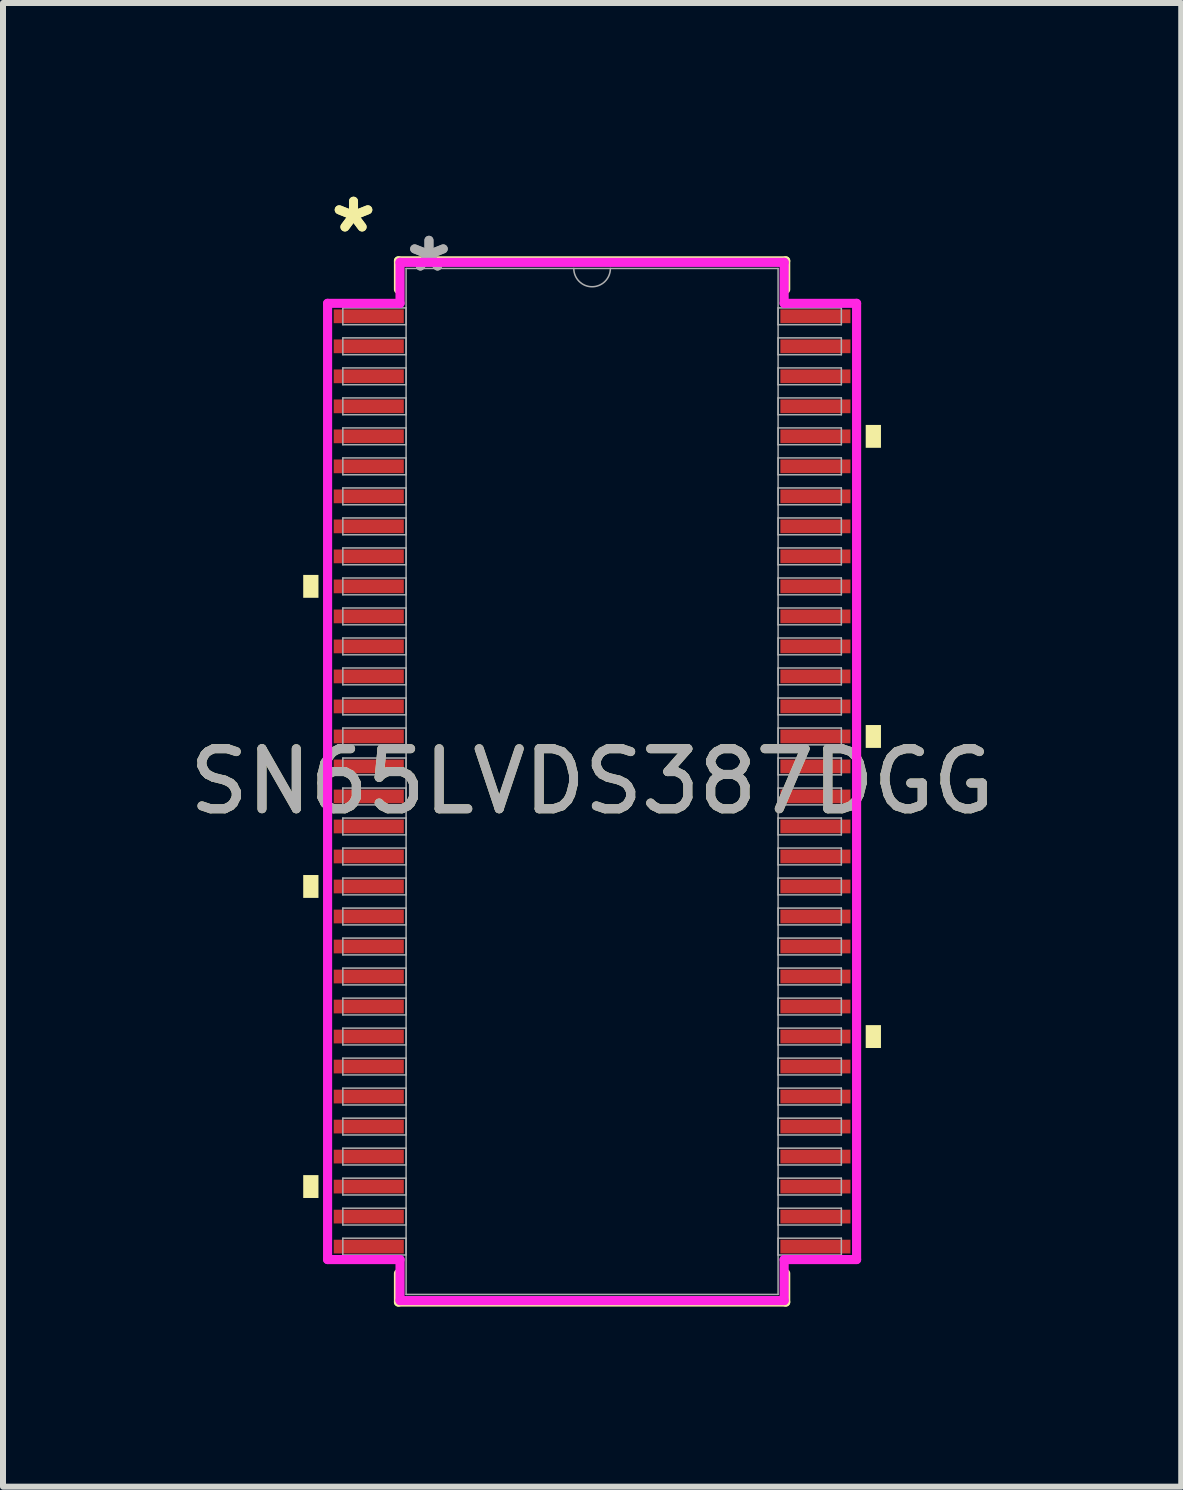
<source format=kicad_pcb>
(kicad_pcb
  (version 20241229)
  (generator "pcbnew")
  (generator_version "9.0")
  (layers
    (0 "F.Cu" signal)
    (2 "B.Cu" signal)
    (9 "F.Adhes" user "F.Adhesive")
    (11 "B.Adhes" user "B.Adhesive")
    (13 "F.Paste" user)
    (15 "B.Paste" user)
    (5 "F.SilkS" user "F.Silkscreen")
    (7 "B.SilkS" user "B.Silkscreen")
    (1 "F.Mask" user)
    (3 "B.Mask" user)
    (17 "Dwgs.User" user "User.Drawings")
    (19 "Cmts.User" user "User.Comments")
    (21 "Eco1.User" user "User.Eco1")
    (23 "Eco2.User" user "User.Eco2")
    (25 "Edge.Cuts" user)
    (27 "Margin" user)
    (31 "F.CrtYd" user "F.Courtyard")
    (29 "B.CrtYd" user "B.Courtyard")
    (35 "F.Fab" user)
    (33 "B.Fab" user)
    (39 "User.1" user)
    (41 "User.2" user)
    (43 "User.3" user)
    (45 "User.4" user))
  (footprint "SN65LVDS387DGG"
    (layer "F.Cu")
    (at 6.815 9.97)
    (property "Reference" "SN65LVDS387DGG" (at 0 0 0) (unlocked yes) (layer "F.SilkS") (effects (font (size 1 1) (thickness 0.15))))
    (attr smd)
    (fp_line (start -3.226 -8.674) (end -3.226 -8.197) (stroke (width 0.152) (type solid)) (layer "F.SilkS"))
    (fp_line (start -3.226 8.197) (end -3.226 8.674) (stroke (width 0.152) (type solid)) (layer "F.SilkS"))
    (fp_line (start -3.226 8.674) (end 3.226 8.674) (stroke (width 0.152) (type solid)) (layer "F.SilkS"))
    (fp_line (start 3.226 -8.674) (end -3.226 -8.674) (stroke (width 0.152) (type solid)) (layer "F.SilkS"))
    (fp_line (start 3.226 -8.197) (end 3.226 -8.674) (stroke (width 0.152) (type solid)) (layer "F.SilkS"))
    (fp_line (start 3.226 8.674) (end 3.226 8.197) (stroke (width 0.152) (type solid)) (layer "F.SilkS"))
    (fp_poly (pts (xy -4.813 -3.441) (xy -4.813 -3.06) (xy -4.559 -3.06) (xy -4.559 -3.441)) (stroke (width 0) (type solid)) (fill yes) (layer "F.SilkS"))
    (fp_poly (pts (xy -4.813 1.559) (xy -4.813 1.94) (xy -4.559 1.94) (xy -4.559 1.559)) (stroke (width 0) (type solid)) (fill yes) (layer "F.SilkS"))
    (fp_poly (pts (xy -4.813 6.559) (xy -4.813 6.94) (xy -4.559 6.94) (xy -4.559 6.559)) (stroke (width 0) (type solid)) (fill yes) (layer "F.SilkS"))
    (fp_poly (pts (xy 4.813 -5.94) (xy 4.813 -5.559) (xy 4.559 -5.559) (xy 4.559 -5.94)) (stroke (width 0) (type solid)) (fill yes) (layer "F.SilkS"))
    (fp_poly (pts (xy 4.813 -0.94) (xy 4.813 -0.559) (xy 4.559 -0.559) (xy 4.559 -0.94)) (stroke (width 0) (type solid)) (fill yes) (layer "F.SilkS"))
    (fp_poly (pts (xy 4.813 4.06) (xy 4.813 4.441) (xy 4.559 4.441) (xy 4.559 4.06)) (stroke (width 0) (type solid)) (fill yes) (layer "F.SilkS"))
    (fp_line (start -4.407 -7.966) (end -3.2 -7.966) (stroke (width 0.152) (type solid)) (layer "F.CrtYd"))
    (fp_line (start -4.407 7.966) (end -4.407 -7.966) (stroke (width 0.152) (type solid)) (layer "F.CrtYd"))
    (fp_line (start -4.407 7.966) (end -3.2 7.966) (stroke (width 0.152) (type solid)) (layer "F.CrtYd"))
    (fp_line (start -3.2 -8.649) (end 3.2 -8.649) (stroke (width 0.152) (type solid)) (layer "F.CrtYd"))
    (fp_line (start -3.2 -7.966) (end -3.2 -8.649) (stroke (width 0.152) (type solid)) (layer "F.CrtYd"))
    (fp_line (start -3.2 8.649) (end -3.2 7.966) (stroke (width 0.152) (type solid)) (layer "F.CrtYd"))
    (fp_line (start 3.2 -8.649) (end 3.2 -7.966) (stroke (width 0.152) (type solid)) (layer "F.CrtYd"))
    (fp_line (start 3.2 7.966) (end 3.2 8.649) (stroke (width 0.152) (type solid)) (layer "F.CrtYd"))
    (fp_line (start 3.2 8.649) (end -3.2 8.649) (stroke (width 0.152) (type solid)) (layer "F.CrtYd"))
    (fp_line (start 4.407 -7.966) (end 3.2 -7.966) (stroke (width 0.152) (type solid)) (layer "F.CrtYd"))
    (fp_line (start 4.407 -7.966) (end 4.407 7.966) (stroke (width 0.152) (type solid)) (layer "F.CrtYd"))
    (fp_line (start 4.407 7.966) (end 3.2 7.966) (stroke (width 0.152) (type solid)) (layer "F.CrtYd"))
    (fp_line (start -4.153 -7.89) (end -4.153 -7.61) (stroke (width 0.025) (type solid)) (layer "F.Fab"))
    (fp_line (start -4.153 -7.61) (end -3.099 -7.61) (stroke (width 0.025) (type solid)) (layer "F.Fab"))
    (fp_line (start -4.153 -7.39) (end -4.153 -7.11) (stroke (width 0.025) (type solid)) (layer "F.Fab"))
    (fp_line (start -4.153 -7.11) (end -3.099 -7.11) (stroke (width 0.025) (type solid)) (layer "F.Fab"))
    (fp_line (start -4.153 -6.89) (end -4.153 -6.61) (stroke (width 0.025) (type solid)) (layer "F.Fab"))
    (fp_line (start -4.153 -6.61) (end -3.099 -6.61) (stroke (width 0.025) (type solid)) (layer "F.Fab"))
    (fp_line (start -4.153 -6.39) (end -4.153 -6.11) (stroke (width 0.025) (type solid)) (layer "F.Fab"))
    (fp_line (start -4.153 -6.11) (end -3.099 -6.11) (stroke (width 0.025) (type solid)) (layer "F.Fab"))
    (fp_line (start -4.153 -5.89) (end -4.153 -5.61) (stroke (width 0.025) (type solid)) (layer "F.Fab"))
    (fp_line (start -4.153 -5.61) (end -3.099 -5.61) (stroke (width 0.025) (type solid)) (layer "F.Fab"))
    (fp_line (start -4.153 -5.39) (end -4.153 -5.11) (stroke (width 0.025) (type solid)) (layer "F.Fab"))
    (fp_line (start -4.153 -5.11) (end -3.099 -5.11) (stroke (width 0.025) (type solid)) (layer "F.Fab"))
    (fp_line (start -4.153 -4.89) (end -4.153 -4.61) (stroke (width 0.025) (type solid)) (layer "F.Fab"))
    (fp_line (start -4.153 -4.61) (end -3.099 -4.61) (stroke (width 0.025) (type solid)) (layer "F.Fab"))
    (fp_line (start -4.153 -4.39) (end -4.153 -4.11) (stroke (width 0.025) (type solid)) (layer "F.Fab"))
    (fp_line (start -4.153 -4.11) (end -3.099 -4.11) (stroke (width 0.025) (type solid)) (layer "F.Fab"))
    (fp_line (start -4.153 -3.89) (end -4.153 -3.61) (stroke (width 0.025) (type solid)) (layer "F.Fab"))
    (fp_line (start -4.153 -3.61) (end -3.099 -3.61) (stroke (width 0.025) (type solid)) (layer "F.Fab"))
    (fp_line (start -4.153 -3.39) (end -4.153 -3.11) (stroke (width 0.025) (type solid)) (layer "F.Fab"))
    (fp_line (start -4.153 -3.11) (end -3.099 -3.11) (stroke (width 0.025) (type solid)) (layer "F.Fab"))
    (fp_line (start -4.153 -2.89) (end -4.153 -2.61) (stroke (width 0.025) (type solid)) (layer "F.Fab"))
    (fp_line (start -4.153 -2.61) (end -3.099 -2.61) (stroke (width 0.025) (type solid)) (layer "F.Fab"))
    (fp_line (start -4.153 -2.39) (end -4.153 -2.11) (stroke (width 0.025) (type solid)) (layer "F.Fab"))
    (fp_line (start -4.153 -2.11) (end -3.099 -2.11) (stroke (width 0.025) (type solid)) (layer "F.Fab"))
    (fp_line (start -4.153 -1.89) (end -4.153 -1.61) (stroke (width 0.025) (type solid)) (layer "F.Fab"))
    (fp_line (start -4.153 -1.61) (end -3.099 -1.61) (stroke (width 0.025) (type solid)) (layer "F.Fab"))
    (fp_line (start -4.153 -1.39) (end -4.153 -1.11) (stroke (width 0.025) (type solid)) (layer "F.Fab"))
    (fp_line (start -4.153 -1.11) (end -3.099 -1.11) (stroke (width 0.025) (type solid)) (layer "F.Fab"))
    (fp_line (start -4.153 -0.89) (end -4.153 -0.61) (stroke (width 0.025) (type solid)) (layer "F.Fab"))
    (fp_line (start -4.153 -0.61) (end -3.099 -0.61) (stroke (width 0.025) (type solid)) (layer "F.Fab"))
    (fp_line (start -4.153 -0.39) (end -4.153 -0.11) (stroke (width 0.025) (type solid)) (layer "F.Fab"))
    (fp_line (start -4.153 -0.11) (end -3.099 -0.11) (stroke (width 0.025) (type solid)) (layer "F.Fab"))
    (fp_line (start -4.153 0.11) (end -4.153 0.39) (stroke (width 0.025) (type solid)) (layer "F.Fab"))
    (fp_line (start -4.153 0.39) (end -3.099 0.39) (stroke (width 0.025) (type solid)) (layer "F.Fab"))
    (fp_line (start -4.153 0.61) (end -4.153 0.89) (stroke (width 0.025) (type solid)) (layer "F.Fab"))
    (fp_line (start -4.153 0.89) (end -3.099 0.89) (stroke (width 0.025) (type solid)) (layer "F.Fab"))
    (fp_line (start -4.153 1.11) (end -4.153 1.39) (stroke (width 0.025) (type solid)) (layer "F.Fab"))
    (fp_line (start -4.153 1.39) (end -3.099 1.39) (stroke (width 0.025) (type solid)) (layer "F.Fab"))
    (fp_line (start -4.153 1.61) (end -4.153 1.89) (stroke (width 0.025) (type solid)) (layer "F.Fab"))
    (fp_line (start -4.153 1.89) (end -3.099 1.89) (stroke (width 0.025) (type solid)) (layer "F.Fab"))
    (fp_line (start -4.153 2.11) (end -4.153 2.39) (stroke (width 0.025) (type solid)) (layer "F.Fab"))
    (fp_line (start -4.153 2.39) (end -3.099 2.39) (stroke (width 0.025) (type solid)) (layer "F.Fab"))
    (fp_line (start -4.153 2.61) (end -4.153 2.89) (stroke (width 0.025) (type solid)) (layer "F.Fab"))
    (fp_line (start -4.153 2.89) (end -3.099 2.89) (stroke (width 0.025) (type solid)) (layer "F.Fab"))
    (fp_line (start -4.153 3.11) (end -4.153 3.39) (stroke (width 0.025) (type solid)) (layer "F.Fab"))
    (fp_line (start -4.153 3.39) (end -3.099 3.39) (stroke (width 0.025) (type solid)) (layer "F.Fab"))
    (fp_line (start -4.153 3.61) (end -4.153 3.89) (stroke (width 0.025) (type solid)) (layer "F.Fab"))
    (fp_line (start -4.153 3.89) (end -3.099 3.89) (stroke (width 0.025) (type solid)) (layer "F.Fab"))
    (fp_line (start -4.153 4.11) (end -4.153 4.39) (stroke (width 0.025) (type solid)) (layer "F.Fab"))
    (fp_line (start -4.153 4.39) (end -3.099 4.39) (stroke (width 0.025) (type solid)) (layer "F.Fab"))
    (fp_line (start -4.153 4.61) (end -4.153 4.89) (stroke (width 0.025) (type solid)) (layer "F.Fab"))
    (fp_line (start -4.153 4.89) (end -3.099 4.89) (stroke (width 0.025) (type solid)) (layer "F.Fab"))
    (fp_line (start -4.153 5.11) (end -4.153 5.39) (stroke (width 0.025) (type solid)) (layer "F.Fab"))
    (fp_line (start -4.153 5.39) (end -3.099 5.39) (stroke (width 0.025) (type solid)) (layer "F.Fab"))
    (fp_line (start -4.153 5.61) (end -4.153 5.89) (stroke (width 0.025) (type solid)) (layer "F.Fab"))
    (fp_line (start -4.153 5.89) (end -3.099 5.89) (stroke (width 0.025) (type solid)) (layer "F.Fab"))
    (fp_line (start -4.153 6.11) (end -4.153 6.39) (stroke (width 0.025) (type solid)) (layer "F.Fab"))
    (fp_line (start -4.153 6.39) (end -3.099 6.39) (stroke (width 0.025) (type solid)) (layer "F.Fab"))
    (fp_line (start -4.153 6.61) (end -4.153 6.89) (stroke (width 0.025) (type solid)) (layer "F.Fab"))
    (fp_line (start -4.153 6.89) (end -3.099 6.89) (stroke (width 0.025) (type solid)) (layer "F.Fab"))
    (fp_line (start -4.153 7.11) (end -4.153 7.39) (stroke (width 0.025) (type solid)) (layer "F.Fab"))
    (fp_line (start -4.153 7.39) (end -3.099 7.39) (stroke (width 0.025) (type solid)) (layer "F.Fab"))
    (fp_line (start -4.153 7.61) (end -4.153 7.89) (stroke (width 0.025) (type solid)) (layer "F.Fab"))
    (fp_line (start -4.153 7.89) (end -3.099 7.89) (stroke (width 0.025) (type solid)) (layer "F.Fab"))
    (fp_line (start -3.099 -8.547) (end -3.099 8.547) (stroke (width 0.025) (type solid)) (layer "F.Fab"))
    (fp_line (start -3.099 -7.89) (end -4.153 -7.89) (stroke (width 0.025) (type solid)) (layer "F.Fab"))
    (fp_line (start -3.099 -7.61) (end -3.099 -7.89) (stroke (width 0.025) (type solid)) (layer "F.Fab"))
    (fp_line (start -3.099 -7.39) (end -4.153 -7.39) (stroke (width 0.025) (type solid)) (layer "F.Fab"))
    (fp_line (start -3.099 -7.11) (end -3.099 -7.39) (stroke (width 0.025) (type solid)) (layer "F.Fab"))
    (fp_line (start -3.099 -6.89) (end -4.153 -6.89) (stroke (width 0.025) (type solid)) (layer "F.Fab"))
    (fp_line (start -3.099 -6.61) (end -3.099 -6.89) (stroke (width 0.025) (type solid)) (layer "F.Fab"))
    (fp_line (start -3.099 -6.39) (end -4.153 -6.39) (stroke (width 0.025) (type solid)) (layer "F.Fab"))
    (fp_line (start -3.099 -6.11) (end -3.099 -6.39) (stroke (width 0.025) (type solid)) (layer "F.Fab"))
    (fp_line (start -3.099 -5.89) (end -4.153 -5.89) (stroke (width 0.025) (type solid)) (layer "F.Fab"))
    (fp_line (start -3.099 -5.61) (end -3.099 -5.89) (stroke (width 0.025) (type solid)) (layer "F.Fab"))
    (fp_line (start -3.099 -5.39) (end -4.153 -5.39) (stroke (width 0.025) (type solid)) (layer "F.Fab"))
    (fp_line (start -3.099 -5.11) (end -3.099 -5.39) (stroke (width 0.025) (type solid)) (layer "F.Fab"))
    (fp_line (start -3.099 -4.89) (end -4.153 -4.89) (stroke (width 0.025) (type solid)) (layer "F.Fab"))
    (fp_line (start -3.099 -4.61) (end -3.099 -4.89) (stroke (width 0.025) (type solid)) (layer "F.Fab"))
    (fp_line (start -3.099 -4.39) (end -4.153 -4.39) (stroke (width 0.025) (type solid)) (layer "F.Fab"))
    (fp_line (start -3.099 -4.11) (end -3.099 -4.39) (stroke (width 0.025) (type solid)) (layer "F.Fab"))
    (fp_line (start -3.099 -3.89) (end -4.153 -3.89) (stroke (width 0.025) (type solid)) (layer "F.Fab"))
    (fp_line (start -3.099 -3.61) (end -3.099 -3.89) (stroke (width 0.025) (type solid)) (layer "F.Fab"))
    (fp_line (start -3.099 -3.39) (end -4.153 -3.39) (stroke (width 0.025) (type solid)) (layer "F.Fab"))
    (fp_line (start -3.099 -3.11) (end -3.099 -3.39) (stroke (width 0.025) (type solid)) (layer "F.Fab"))
    (fp_line (start -3.099 -2.89) (end -4.153 -2.89) (stroke (width 0.025) (type solid)) (layer "F.Fab"))
    (fp_line (start -3.099 -2.61) (end -3.099 -2.89) (stroke (width 0.025) (type solid)) (layer "F.Fab"))
    (fp_line (start -3.099 -2.39) (end -4.153 -2.39) (stroke (width 0.025) (type solid)) (layer "F.Fab"))
    (fp_line (start -3.099 -2.11) (end -3.099 -2.39) (stroke (width 0.025) (type solid)) (layer "F.Fab"))
    (fp_line (start -3.099 -1.89) (end -4.153 -1.89) (stroke (width 0.025) (type solid)) (layer "F.Fab"))
    (fp_line (start -3.099 -1.61) (end -3.099 -1.89) (stroke (width 0.025) (type solid)) (layer "F.Fab"))
    (fp_line (start -3.099 -1.39) (end -4.153 -1.39) (stroke (width 0.025) (type solid)) (layer "F.Fab"))
    (fp_line (start -3.099 -1.11) (end -3.099 -1.39) (stroke (width 0.025) (type solid)) (layer "F.Fab"))
    (fp_line (start -3.099 -0.89) (end -4.153 -0.89) (stroke (width 0.025) (type solid)) (layer "F.Fab"))
    (fp_line (start -3.099 -0.61) (end -3.099 -0.89) (stroke (width 0.025) (type solid)) (layer "F.Fab"))
    (fp_line (start -3.099 -0.39) (end -4.153 -0.39) (stroke (width 0.025) (type solid)) (layer "F.Fab"))
    (fp_line (start -3.099 -0.11) (end -3.099 -0.39) (stroke (width 0.025) (type solid)) (layer "F.Fab"))
    (fp_line (start -3.099 0.11) (end -4.153 0.11) (stroke (width 0.025) (type solid)) (layer "F.Fab"))
    (fp_line (start -3.099 0.39) (end -3.099 0.11) (stroke (width 0.025) (type solid)) (layer "F.Fab"))
    (fp_line (start -3.099 0.61) (end -4.153 0.61) (stroke (width 0.025) (type solid)) (layer "F.Fab"))
    (fp_line (start -3.099 0.89) (end -3.099 0.61) (stroke (width 0.025) (type solid)) (layer "F.Fab"))
    (fp_line (start -3.099 1.11) (end -4.153 1.11) (stroke (width 0.025) (type solid)) (layer "F.Fab"))
    (fp_line (start -3.099 1.39) (end -3.099 1.11) (stroke (width 0.025) (type solid)) (layer "F.Fab"))
    (fp_line (start -3.099 1.61) (end -4.153 1.61) (stroke (width 0.025) (type solid)) (layer "F.Fab"))
    (fp_line (start -3.099 1.89) (end -3.099 1.61) (stroke (width 0.025) (type solid)) (layer "F.Fab"))
    (fp_line (start -3.099 2.11) (end -4.153 2.11) (stroke (width 0.025) (type solid)) (layer "F.Fab"))
    (fp_line (start -3.099 2.39) (end -3.099 2.11) (stroke (width 0.025) (type solid)) (layer "F.Fab"))
    (fp_line (start -3.099 2.61) (end -4.153 2.61) (stroke (width 0.025) (type solid)) (layer "F.Fab"))
    (fp_line (start -3.099 2.89) (end -3.099 2.61) (stroke (width 0.025) (type solid)) (layer "F.Fab"))
    (fp_line (start -3.099 3.11) (end -4.153 3.11) (stroke (width 0.025) (type solid)) (layer "F.Fab"))
    (fp_line (start -3.099 3.39) (end -3.099 3.11) (stroke (width 0.025) (type solid)) (layer "F.Fab"))
    (fp_line (start -3.099 3.61) (end -4.153 3.61) (stroke (width 0.025) (type solid)) (layer "F.Fab"))
    (fp_line (start -3.099 3.89) (end -3.099 3.61) (stroke (width 0.025) (type solid)) (layer "F.Fab"))
    (fp_line (start -3.099 4.11) (end -4.153 4.11) (stroke (width 0.025) (type solid)) (layer "F.Fab"))
    (fp_line (start -3.099 4.39) (end -3.099 4.11) (stroke (width 0.025) (type solid)) (layer "F.Fab"))
    (fp_line (start -3.099 4.61) (end -4.153 4.61) (stroke (width 0.025) (type solid)) (layer "F.Fab"))
    (fp_line (start -3.099 4.89) (end -3.099 4.61) (stroke (width 0.025) (type solid)) (layer "F.Fab"))
    (fp_line (start -3.099 5.11) (end -4.153 5.11) (stroke (width 0.025) (type solid)) (layer "F.Fab"))
    (fp_line (start -3.099 5.39) (end -3.099 5.11) (stroke (width 0.025) (type solid)) (layer "F.Fab"))
    (fp_line (start -3.099 5.61) (end -4.153 5.61) (stroke (width 0.025) (type solid)) (layer "F.Fab"))
    (fp_line (start -3.099 5.89) (end -3.099 5.61) (stroke (width 0.025) (type solid)) (layer "F.Fab"))
    (fp_line (start -3.099 6.11) (end -4.153 6.11) (stroke (width 0.025) (type solid)) (layer "F.Fab"))
    (fp_line (start -3.099 6.39) (end -3.099 6.11) (stroke (width 0.025) (type solid)) (layer "F.Fab"))
    (fp_line (start -3.099 6.61) (end -4.153 6.61) (stroke (width 0.025) (type solid)) (layer "F.Fab"))
    (fp_line (start -3.099 6.89) (end -3.099 6.61) (stroke (width 0.025) (type solid)) (layer "F.Fab"))
    (fp_line (start -3.099 7.11) (end -4.153 7.11) (stroke (width 0.025) (type solid)) (layer "F.Fab"))
    (fp_line (start -3.099 7.39) (end -3.099 7.11) (stroke (width 0.025) (type solid)) (layer "F.Fab"))
    (fp_line (start -3.099 7.61) (end -4.153 7.61) (stroke (width 0.025) (type solid)) (layer "F.Fab"))
    (fp_line (start -3.099 7.89) (end -3.099 7.61) (stroke (width 0.025) (type solid)) (layer "F.Fab"))
    (fp_line (start -3.099 8.547) (end 3.099 8.547) (stroke (width 0.025) (type solid)) (layer "F.Fab"))
    (fp_line (start 3.099 -8.547) (end -3.099 -8.547) (stroke (width 0.025) (type solid)) (layer "F.Fab"))
    (fp_line (start 3.099 -7.89) (end 3.099 -7.61) (stroke (width 0.025) (type solid)) (layer "F.Fab"))
    (fp_line (start 3.099 -7.61) (end 4.153 -7.61) (stroke (width 0.025) (type solid)) (layer "F.Fab"))
    (fp_line (start 3.099 -7.39) (end 3.099 -7.11) (stroke (width 0.025) (type solid)) (layer "F.Fab"))
    (fp_line (start 3.099 -7.11) (end 4.153 -7.11) (stroke (width 0.025) (type solid)) (layer "F.Fab"))
    (fp_line (start 3.099 -6.89) (end 3.099 -6.61) (stroke (width 0.025) (type solid)) (layer "F.Fab"))
    (fp_line (start 3.099 -6.61) (end 4.153 -6.61) (stroke (width 0.025) (type solid)) (layer "F.Fab"))
    (fp_line (start 3.099 -6.39) (end 3.099 -6.11) (stroke (width 0.025) (type solid)) (layer "F.Fab"))
    (fp_line (start 3.099 -6.11) (end 4.153 -6.11) (stroke (width 0.025) (type solid)) (layer "F.Fab"))
    (fp_line (start 3.099 -5.89) (end 3.099 -5.61) (stroke (width 0.025) (type solid)) (layer "F.Fab"))
    (fp_line (start 3.099 -5.61) (end 4.153 -5.61) (stroke (width 0.025) (type solid)) (layer "F.Fab"))
    (fp_line (start 3.099 -5.39) (end 3.099 -5.11) (stroke (width 0.025) (type solid)) (layer "F.Fab"))
    (fp_line (start 3.099 -5.11) (end 4.153 -5.11) (stroke (width 0.025) (type solid)) (layer "F.Fab"))
    (fp_line (start 3.099 -4.89) (end 3.099 -4.61) (stroke (width 0.025) (type solid)) (layer "F.Fab"))
    (fp_line (start 3.099 -4.61) (end 4.153 -4.61) (stroke (width 0.025) (type solid)) (layer "F.Fab"))
    (fp_line (start 3.099 -4.39) (end 3.099 -4.11) (stroke (width 0.025) (type solid)) (layer "F.Fab"))
    (fp_line (start 3.099 -4.11) (end 4.153 -4.11) (stroke (width 0.025) (type solid)) (layer "F.Fab"))
    (fp_line (start 3.099 -3.89) (end 3.099 -3.61) (stroke (width 0.025) (type solid)) (layer "F.Fab"))
    (fp_line (start 3.099 -3.61) (end 4.153 -3.61) (stroke (width 0.025) (type solid)) (layer "F.Fab"))
    (fp_line (start 3.099 -3.39) (end 3.099 -3.11) (stroke (width 0.025) (type solid)) (layer "F.Fab"))
    (fp_line (start 3.099 -3.11) (end 4.153 -3.11) (stroke (width 0.025) (type solid)) (layer "F.Fab"))
    (fp_line (start 3.099 -2.89) (end 3.099 -2.61) (stroke (width 0.025) (type solid)) (layer "F.Fab"))
    (fp_line (start 3.099 -2.61) (end 4.153 -2.61) (stroke (width 0.025) (type solid)) (layer "F.Fab"))
    (fp_line (start 3.099 -2.39) (end 3.099 -2.11) (stroke (width 0.025) (type solid)) (layer "F.Fab"))
    (fp_line (start 3.099 -2.11) (end 4.153 -2.11) (stroke (width 0.025) (type solid)) (layer "F.Fab"))
    (fp_line (start 3.099 -1.89) (end 3.099 -1.61) (stroke (width 0.025) (type solid)) (layer "F.Fab"))
    (fp_line (start 3.099 -1.61) (end 4.153 -1.61) (stroke (width 0.025) (type solid)) (layer "F.Fab"))
    (fp_line (start 3.099 -1.39) (end 3.099 -1.11) (stroke (width 0.025) (type solid)) (layer "F.Fab"))
    (fp_line (start 3.099 -1.11) (end 4.153 -1.11) (stroke (width 0.025) (type solid)) (layer "F.Fab"))
    (fp_line (start 3.099 -0.89) (end 3.099 -0.61) (stroke (width 0.025) (type solid)) (layer "F.Fab"))
    (fp_line (start 3.099 -0.61) (end 4.153 -0.61) (stroke (width 0.025) (type solid)) (layer "F.Fab"))
    (fp_line (start 3.099 -0.39) (end 3.099 -0.11) (stroke (width 0.025) (type solid)) (layer "F.Fab"))
    (fp_line (start 3.099 -0.11) (end 4.153 -0.11) (stroke (width 0.025) (type solid)) (layer "F.Fab"))
    (fp_line (start 3.099 0.11) (end 3.099 0.39) (stroke (width 0.025) (type solid)) (layer "F.Fab"))
    (fp_line (start 3.099 0.39) (end 4.153 0.39) (stroke (width 0.025) (type solid)) (layer "F.Fab"))
    (fp_line (start 3.099 0.61) (end 3.099 0.89) (stroke (width 0.025) (type solid)) (layer "F.Fab"))
    (fp_line (start 3.099 0.89) (end 4.153 0.89) (stroke (width 0.025) (type solid)) (layer "F.Fab"))
    (fp_line (start 3.099 1.11) (end 3.099 1.39) (stroke (width 0.025) (type solid)) (layer "F.Fab"))
    (fp_line (start 3.099 1.39) (end 4.153 1.39) (stroke (width 0.025) (type solid)) (layer "F.Fab"))
    (fp_line (start 3.099 1.61) (end 3.099 1.89) (stroke (width 0.025) (type solid)) (layer "F.Fab"))
    (fp_line (start 3.099 1.89) (end 4.153 1.89) (stroke (width 0.025) (type solid)) (layer "F.Fab"))
    (fp_line (start 3.099 2.11) (end 3.099 2.39) (stroke (width 0.025) (type solid)) (layer "F.Fab"))
    (fp_line (start 3.099 2.39) (end 4.153 2.39) (stroke (width 0.025) (type solid)) (layer "F.Fab"))
    (fp_line (start 3.099 2.61) (end 3.099 2.89) (stroke (width 0.025) (type solid)) (layer "F.Fab"))
    (fp_line (start 3.099 2.89) (end 4.153 2.89) (stroke (width 0.025) (type solid)) (layer "F.Fab"))
    (fp_line (start 3.099 3.11) (end 3.099 3.39) (stroke (width 0.025) (type solid)) (layer "F.Fab"))
    (fp_line (start 3.099 3.39) (end 4.153 3.39) (stroke (width 0.025) (type solid)) (layer "F.Fab"))
    (fp_line (start 3.099 3.61) (end 3.099 3.89) (stroke (width 0.025) (type solid)) (layer "F.Fab"))
    (fp_line (start 3.099 3.89) (end 4.153 3.89) (stroke (width 0.025) (type solid)) (layer "F.Fab"))
    (fp_line (start 3.099 4.11) (end 3.099 4.39) (stroke (width 0.025) (type solid)) (layer "F.Fab"))
    (fp_line (start 3.099 4.39) (end 4.153 4.39) (stroke (width 0.025) (type solid)) (layer "F.Fab"))
    (fp_line (start 3.099 4.61) (end 3.099 4.89) (stroke (width 0.025) (type solid)) (layer "F.Fab"))
    (fp_line (start 3.099 4.89) (end 4.153 4.89) (stroke (width 0.025) (type solid)) (layer "F.Fab"))
    (fp_line (start 3.099 5.11) (end 3.099 5.39) (stroke (width 0.025) (type solid)) (layer "F.Fab"))
    (fp_line (start 3.099 5.39) (end 4.153 5.39) (stroke (width 0.025) (type solid)) (layer "F.Fab"))
    (fp_line (start 3.099 5.61) (end 3.099 5.89) (stroke (width 0.025) (type solid)) (layer "F.Fab"))
    (fp_line (start 3.099 5.89) (end 4.153 5.89) (stroke (width 0.025) (type solid)) (layer "F.Fab"))
    (fp_line (start 3.099 6.11) (end 3.099 6.39) (stroke (width 0.025) (type solid)) (layer "F.Fab"))
    (fp_line (start 3.099 6.39) (end 4.153 6.39) (stroke (width 0.025) (type solid)) (layer "F.Fab"))
    (fp_line (start 3.099 6.61) (end 3.099 6.89) (stroke (width 0.025) (type solid)) (layer "F.Fab"))
    (fp_line (start 3.099 6.89) (end 4.153 6.89) (stroke (width 0.025) (type solid)) (layer "F.Fab"))
    (fp_line (start 3.099 7.11) (end 3.099 7.39) (stroke (width 0.025) (type solid)) (layer "F.Fab"))
    (fp_line (start 3.099 7.39) (end 4.153 7.39) (stroke (width 0.025) (type solid)) (layer "F.Fab"))
    (fp_line (start 3.099 7.61) (end 3.099 7.89) (stroke (width 0.025) (type solid)) (layer "F.Fab"))
    (fp_line (start 3.099 7.89) (end 4.153 7.89) (stroke (width 0.025) (type solid)) (layer "F.Fab"))
    (fp_line (start 3.099 8.547) (end 3.099 -8.547) (stroke (width 0.025) (type solid)) (layer "F.Fab"))
    (fp_line (start 4.153 -7.89) (end 3.099 -7.89) (stroke (width 0.025) (type solid)) (layer "F.Fab"))
    (fp_line (start 4.153 -7.61) (end 4.153 -7.89) (stroke (width 0.025) (type solid)) (layer "F.Fab"))
    (fp_line (start 4.153 -7.39) (end 3.099 -7.39) (stroke (width 0.025) (type solid)) (layer "F.Fab"))
    (fp_line (start 4.153 -7.11) (end 4.153 -7.39) (stroke (width 0.025) (type solid)) (layer "F.Fab"))
    (fp_line (start 4.153 -6.89) (end 3.099 -6.89) (stroke (width 0.025) (type solid)) (layer "F.Fab"))
    (fp_line (start 4.153 -6.61) (end 4.153 -6.89) (stroke (width 0.025) (type solid)) (layer "F.Fab"))
    (fp_line (start 4.153 -6.39) (end 3.099 -6.39) (stroke (width 0.025) (type solid)) (layer "F.Fab"))
    (fp_line (start 4.153 -6.11) (end 4.153 -6.39) (stroke (width 0.025) (type solid)) (layer "F.Fab"))
    (fp_line (start 4.153 -5.89) (end 3.099 -5.89) (stroke (width 0.025) (type solid)) (layer "F.Fab"))
    (fp_line (start 4.153 -5.61) (end 4.153 -5.89) (stroke (width 0.025) (type solid)) (layer "F.Fab"))
    (fp_line (start 4.153 -5.39) (end 3.099 -5.39) (stroke (width 0.025) (type solid)) (layer "F.Fab"))
    (fp_line (start 4.153 -5.11) (end 4.153 -5.39) (stroke (width 0.025) (type solid)) (layer "F.Fab"))
    (fp_line (start 4.153 -4.89) (end 3.099 -4.89) (stroke (width 0.025) (type solid)) (layer "F.Fab"))
    (fp_line (start 4.153 -4.61) (end 4.153 -4.89) (stroke (width 0.025) (type solid)) (layer "F.Fab"))
    (fp_line (start 4.153 -4.39) (end 3.099 -4.39) (stroke (width 0.025) (type solid)) (layer "F.Fab"))
    (fp_line (start 4.153 -4.11) (end 4.153 -4.39) (stroke (width 0.025) (type solid)) (layer "F.Fab"))
    (fp_line (start 4.153 -3.89) (end 3.099 -3.89) (stroke (width 0.025) (type solid)) (layer "F.Fab"))
    (fp_line (start 4.153 -3.61) (end 4.153 -3.89) (stroke (width 0.025) (type solid)) (layer "F.Fab"))
    (fp_line (start 4.153 -3.39) (end 3.099 -3.39) (stroke (width 0.025) (type solid)) (layer "F.Fab"))
    (fp_line (start 4.153 -3.11) (end 4.153 -3.39) (stroke (width 0.025) (type solid)) (layer "F.Fab"))
    (fp_line (start 4.153 -2.89) (end 3.099 -2.89) (stroke (width 0.025) (type solid)) (layer "F.Fab"))
    (fp_line (start 4.153 -2.61) (end 4.153 -2.89) (stroke (width 0.025) (type solid)) (layer "F.Fab"))
    (fp_line (start 4.153 -2.39) (end 3.099 -2.39) (stroke (width 0.025) (type solid)) (layer "F.Fab"))
    (fp_line (start 4.153 -2.11) (end 4.153 -2.39) (stroke (width 0.025) (type solid)) (layer "F.Fab"))
    (fp_line (start 4.153 -1.89) (end 3.099 -1.89) (stroke (width 0.025) (type solid)) (layer "F.Fab"))
    (fp_line (start 4.153 -1.61) (end 4.153 -1.89) (stroke (width 0.025) (type solid)) (layer "F.Fab"))
    (fp_line (start 4.153 -1.39) (end 3.099 -1.39) (stroke (width 0.025) (type solid)) (layer "F.Fab"))
    (fp_line (start 4.153 -1.11) (end 4.153 -1.39) (stroke (width 0.025) (type solid)) (layer "F.Fab"))
    (fp_line (start 4.153 -0.89) (end 3.099 -0.89) (stroke (width 0.025) (type solid)) (layer "F.Fab"))
    (fp_line (start 4.153 -0.61) (end 4.153 -0.89) (stroke (width 0.025) (type solid)) (layer "F.Fab"))
    (fp_line (start 4.153 -0.39) (end 3.099 -0.39) (stroke (width 0.025) (type solid)) (layer "F.Fab"))
    (fp_line (start 4.153 -0.11) (end 4.153 -0.39) (stroke (width 0.025) (type solid)) (layer "F.Fab"))
    (fp_line (start 4.153 0.11) (end 3.099 0.11) (stroke (width 0.025) (type solid)) (layer "F.Fab"))
    (fp_line (start 4.153 0.39) (end 4.153 0.11) (stroke (width 0.025) (type solid)) (layer "F.Fab"))
    (fp_line (start 4.153 0.61) (end 3.099 0.61) (stroke (width 0.025) (type solid)) (layer "F.Fab"))
    (fp_line (start 4.153 0.89) (end 4.153 0.61) (stroke (width 0.025) (type solid)) (layer "F.Fab"))
    (fp_line (start 4.153 1.11) (end 3.099 1.11) (stroke (width 0.025) (type solid)) (layer "F.Fab"))
    (fp_line (start 4.153 1.39) (end 4.153 1.11) (stroke (width 0.025) (type solid)) (layer "F.Fab"))
    (fp_line (start 4.153 1.61) (end 3.099 1.61) (stroke (width 0.025) (type solid)) (layer "F.Fab"))
    (fp_line (start 4.153 1.89) (end 4.153 1.61) (stroke (width 0.025) (type solid)) (layer "F.Fab"))
    (fp_line (start 4.153 2.11) (end 3.099 2.11) (stroke (width 0.025) (type solid)) (layer "F.Fab"))
    (fp_line (start 4.153 2.39) (end 4.153 2.11) (stroke (width 0.025) (type solid)) (layer "F.Fab"))
    (fp_line (start 4.153 2.61) (end 3.099 2.61) (stroke (width 0.025) (type solid)) (layer "F.Fab"))
    (fp_line (start 4.153 2.89) (end 4.153 2.61) (stroke (width 0.025) (type solid)) (layer "F.Fab"))
    (fp_line (start 4.153 3.11) (end 3.099 3.11) (stroke (width 0.025) (type solid)) (layer "F.Fab"))
    (fp_line (start 4.153 3.39) (end 4.153 3.11) (stroke (width 0.025) (type solid)) (layer "F.Fab"))
    (fp_line (start 4.153 3.61) (end 3.099 3.61) (stroke (width 0.025) (type solid)) (layer "F.Fab"))
    (fp_line (start 4.153 3.89) (end 4.153 3.61) (stroke (width 0.025) (type solid)) (layer "F.Fab"))
    (fp_line (start 4.153 4.11) (end 3.099 4.11) (stroke (width 0.025) (type solid)) (layer "F.Fab"))
    (fp_line (start 4.153 4.39) (end 4.153 4.11) (stroke (width 0.025) (type solid)) (layer "F.Fab"))
    (fp_line (start 4.153 4.61) (end 3.099 4.61) (stroke (width 0.025) (type solid)) (layer "F.Fab"))
    (fp_line (start 4.153 4.89) (end 4.153 4.61) (stroke (width 0.025) (type solid)) (layer "F.Fab"))
    (fp_line (start 4.153 5.11) (end 3.099 5.11) (stroke (width 0.025) (type solid)) (layer "F.Fab"))
    (fp_line (start 4.153 5.39) (end 4.153 5.11) (stroke (width 0.025) (type solid)) (layer "F.Fab"))
    (fp_line (start 4.153 5.61) (end 3.099 5.61) (stroke (width 0.025) (type solid)) (layer "F.Fab"))
    (fp_line (start 4.153 5.89) (end 4.153 5.61) (stroke (width 0.025) (type solid)) (layer "F.Fab"))
    (fp_line (start 4.153 6.11) (end 3.099 6.11) (stroke (width 0.025) (type solid)) (layer "F.Fab"))
    (fp_line (start 4.153 6.39) (end 4.153 6.11) (stroke (width 0.025) (type solid)) (layer "F.Fab"))
    (fp_line (start 4.153 6.61) (end 3.099 6.61) (stroke (width 0.025) (type solid)) (layer "F.Fab"))
    (fp_line (start 4.153 6.89) (end 4.153 6.61) (stroke (width 0.025) (type solid)) (layer "F.Fab"))
    (fp_line (start 4.153 7.11) (end 3.099 7.11) (stroke (width 0.025) (type solid)) (layer "F.Fab"))
    (fp_line (start 4.153 7.39) (end 4.153 7.11) (stroke (width 0.025) (type solid)) (layer "F.Fab"))
    (fp_line (start 4.153 7.61) (end 3.099 7.61) (stroke (width 0.025) (type solid)) (layer "F.Fab"))
    (fp_line (start 4.153 7.89) (end 4.153 7.61) (stroke (width 0.025) (type solid)) (layer "F.Fab"))
    (fp_arc (start 0.3048 -8.5471) (mid 0 -8.2423) (end -0.3048 -8.5471) (stroke (width 0.0254) (type solid)) (layer "F.Fab"))
    (fp_text user "*" (at -3.975 -9.122 0) (unlocked yes) (layer "F.SilkS") (effects (font (size 1 1) (thickness 0.15))))
    (fp_text user "*" (at -3.975 -9.122 0) (layer "F.SilkS") (effects (font (size 1 1) (thickness 0.15))))
    (fp_text user "*" (at -2.718 -8.471 0) (unlocked yes) (layer "F.Fab") (effects (font (size 1 1) (thickness 0.15))))
    (fp_text user "${REFERENCE}" (at 0 0 0) (unlocked yes) (layer "F.Fab") (effects (font (size 1 1) (thickness 0.15))))
    (fp_text user "*" (at -2.718 -8.471 0) (layer "F.Fab") (effects (font (size 1 1) (thickness 0.15))))
    (pad "1" smd rect (at -3.721 -7.75) (size 1.168 0.229) (layers "F.Cu" "F.Mask" "F.Paste"))
    (pad "2" smd rect (at -3.721 -7.25) (size 1.168 0.229) (layers "F.Cu" "F.Mask" "F.Paste"))
    (pad "3" smd rect (at -3.721 -6.75) (size 1.168 0.229) (layers "F.Cu" "F.Mask" "F.Paste"))
    (pad "4" smd rect (at -3.721 -6.25) (size 1.168 0.229) (layers "F.Cu" "F.Mask" "F.Paste"))
    (pad "5" smd rect (at -3.721 -5.75) (size 1.168 0.229) (layers "F.Cu" "F.Mask" "F.Paste"))
    (pad "6" smd rect (at -3.721 -5.25) (size 1.168 0.229) (layers "F.Cu" "F.Mask" "F.Paste"))
    (pad "7" smd rect (at -3.721 -4.75) (size 1.168 0.229) (layers "F.Cu" "F.Mask" "F.Paste"))
    (pad "8" smd rect (at -3.721 -4.25) (size 1.168 0.229) (layers "F.Cu" "F.Mask" "F.Paste"))
    (pad "9" smd rect (at -3.721 -3.75) (size 1.168 0.229) (layers "F.Cu" "F.Mask" "F.Paste"))
    (pad "10" smd rect (at -3.721 -3.25) (size 1.168 0.229) (layers "F.Cu" "F.Mask" "F.Paste"))
    (pad "11" smd rect (at -3.721 -2.75) (size 1.168 0.229) (layers "F.Cu" "F.Mask" "F.Paste"))
    (pad "12" smd rect (at -3.721 -2.25) (size 1.168 0.229) (layers "F.Cu" "F.Mask" "F.Paste"))
    (pad "13" smd rect (at -3.721 -1.75) (size 1.168 0.229) (layers "F.Cu" "F.Mask" "F.Paste"))
    (pad "14" smd rect (at -3.721 -1.25) (size 1.168 0.229) (layers "F.Cu" "F.Mask" "F.Paste"))
    (pad "15" smd rect (at -3.721 -0.75) (size 1.168 0.229) (layers "F.Cu" "F.Mask" "F.Paste"))
    (pad "16" smd rect (at -3.721 -0.25) (size 1.168 0.229) (layers "F.Cu" "F.Mask" "F.Paste"))
    (pad "17" smd rect (at -3.721 0.25) (size 1.168 0.229) (layers "F.Cu" "F.Mask" "F.Paste"))
    (pad "18" smd rect (at -3.721 0.75) (size 1.168 0.229) (layers "F.Cu" "F.Mask" "F.Paste"))
    (pad "19" smd rect (at -3.721 1.25) (size 1.168 0.229) (layers "F.Cu" "F.Mask" "F.Paste"))
    (pad "20" smd rect (at -3.721 1.75) (size 1.168 0.229) (layers "F.Cu" "F.Mask" "F.Paste"))
    (pad "21" smd rect (at -3.721 2.25) (size 1.168 0.229) (layers "F.Cu" "F.Mask" "F.Paste"))
    (pad "22" smd rect (at -3.721 2.75) (size 1.168 0.229) (layers "F.Cu" "F.Mask" "F.Paste"))
    (pad "23" smd rect (at -3.721 3.25) (size 1.168 0.229) (layers "F.Cu" "F.Mask" "F.Paste"))
    (pad "24" smd rect (at -3.721 3.75) (size 1.168 0.229) (layers "F.Cu" "F.Mask" "F.Paste"))
    (pad "25" smd rect (at -3.721 4.25) (size 1.168 0.229) (layers "F.Cu" "F.Mask" "F.Paste"))
    (pad "26" smd rect (at -3.721 4.75) (size 1.168 0.229) (layers "F.Cu" "F.Mask" "F.Paste"))
    (pad "27" smd rect (at -3.721 5.25) (size 1.168 0.229) (layers "F.Cu" "F.Mask" "F.Paste"))
    (pad "28" smd rect (at -3.721 5.75) (size 1.168 0.229) (layers "F.Cu" "F.Mask" "F.Paste"))
    (pad "29" smd rect (at -3.721 6.25) (size 1.168 0.229) (layers "F.Cu" "F.Mask" "F.Paste"))
    (pad "30" smd rect (at -3.721 6.75) (size 1.168 0.229) (layers "F.Cu" "F.Mask" "F.Paste"))
    (pad "31" smd rect (at -3.721 7.25) (size 1.168 0.229) (layers "F.Cu" "F.Mask" "F.Paste"))
    (pad "32" smd rect (at -3.721 7.75) (size 1.168 0.229) (layers "F.Cu" "F.Mask" "F.Paste"))
    (pad "33" smd rect (at 3.721 7.75) (size 1.168 0.229) (layers "F.Cu" "F.Mask" "F.Paste"))
    (pad "34" smd rect (at 3.721 7.25) (size 1.168 0.229) (layers "F.Cu" "F.Mask" "F.Paste"))
    (pad "35" smd rect (at 3.721 6.75) (size 1.168 0.229) (layers "F.Cu" "F.Mask" "F.Paste"))
    (pad "36" smd rect (at 3.721 6.25) (size 1.168 0.229) (layers "F.Cu" "F.Mask" "F.Paste"))
    (pad "37" smd rect (at 3.721 5.75) (size 1.168 0.229) (layers "F.Cu" "F.Mask" "F.Paste"))
    (pad "38" smd rect (at 3.721 5.25) (size 1.168 0.229) (layers "F.Cu" "F.Mask" "F.Paste"))
    (pad "39" smd rect (at 3.721 4.75) (size 1.168 0.229) (layers "F.Cu" "F.Mask" "F.Paste"))
    (pad "40" smd rect (at 3.721 4.25) (size 1.168 0.229) (layers "F.Cu" "F.Mask" "F.Paste"))
    (pad "41" smd rect (at 3.721 3.75) (size 1.168 0.229) (layers "F.Cu" "F.Mask" "F.Paste"))
    (pad "42" smd rect (at 3.721 3.25) (size 1.168 0.229) (layers "F.Cu" "F.Mask" "F.Paste"))
    (pad "43" smd rect (at 3.721 2.75) (size 1.168 0.229) (layers "F.Cu" "F.Mask" "F.Paste"))
    (pad "44" smd rect (at 3.721 2.25) (size 1.168 0.229) (layers "F.Cu" "F.Mask" "F.Paste"))
    (pad "45" smd rect (at 3.721 1.75) (size 1.168 0.229) (layers "F.Cu" "F.Mask" "F.Paste"))
    (pad "46" smd rect (at 3.721 1.25) (size 1.168 0.229) (layers "F.Cu" "F.Mask" "F.Paste"))
    (pad "47" smd rect (at 3.721 0.75) (size 1.168 0.229) (layers "F.Cu" "F.Mask" "F.Paste"))
    (pad "48" smd rect (at 3.721 0.25) (size 1.168 0.229) (layers "F.Cu" "F.Mask" "F.Paste"))
    (pad "49" smd rect (at 3.721 -0.25) (size 1.168 0.229) (layers "F.Cu" "F.Mask" "F.Paste"))
    (pad "50" smd rect (at 3.721 -0.75) (size 1.168 0.229) (layers "F.Cu" "F.Mask" "F.Paste"))
    (pad "51" smd rect (at 3.721 -1.25) (size 1.168 0.229) (layers "F.Cu" "F.Mask" "F.Paste"))
    (pad "52" smd rect (at 3.721 -1.75) (size 1.168 0.229) (layers "F.Cu" "F.Mask" "F.Paste"))
    (pad "53" smd rect (at 3.721 -2.25) (size 1.168 0.229) (layers "F.Cu" "F.Mask" "F.Paste"))
    (pad "54" smd rect (at 3.721 -2.75) (size 1.168 0.229) (layers "F.Cu" "F.Mask" "F.Paste"))
    (pad "55" smd rect (at 3.721 -3.25) (size 1.168 0.229) (layers "F.Cu" "F.Mask" "F.Paste"))
    (pad "56" smd rect (at 3.721 -3.75) (size 1.168 0.229) (layers "F.Cu" "F.Mask" "F.Paste"))
    (pad "57" smd rect (at 3.721 -4.25) (size 1.168 0.229) (layers "F.Cu" "F.Mask" "F.Paste"))
    (pad "58" smd rect (at 3.721 -4.75) (size 1.168 0.229) (layers "F.Cu" "F.Mask" "F.Paste"))
    (pad "59" smd rect (at 3.721 -5.25) (size 1.168 0.229) (layers "F.Cu" "F.Mask" "F.Paste"))
    (pad "60" smd rect (at 3.721 -5.75) (size 1.168 0.229) (layers "F.Cu" "F.Mask" "F.Paste"))
    (pad "61" smd rect (at 3.721 -6.25) (size 1.168 0.229) (layers "F.Cu" "F.Mask" "F.Paste"))
    (pad "62" smd rect (at 3.721 -6.75) (size 1.168 0.229) (layers "F.Cu" "F.Mask" "F.Paste"))
    (pad "63" smd rect (at 3.721 -7.25) (size 1.168 0.229) (layers "F.Cu" "F.Mask" "F.Paste"))
    (pad "64" smd rect (at 3.721 -7.75) (size 1.168 0.229) (layers "F.Cu" "F.Mask" "F.Paste")))
  (gr_rect
    (start -3 -3)
    (end 16.631 21.72)
    (stroke (width 0.1) (type default))
    (fill no)
    (layer "Edge.Cuts")))
</source>
